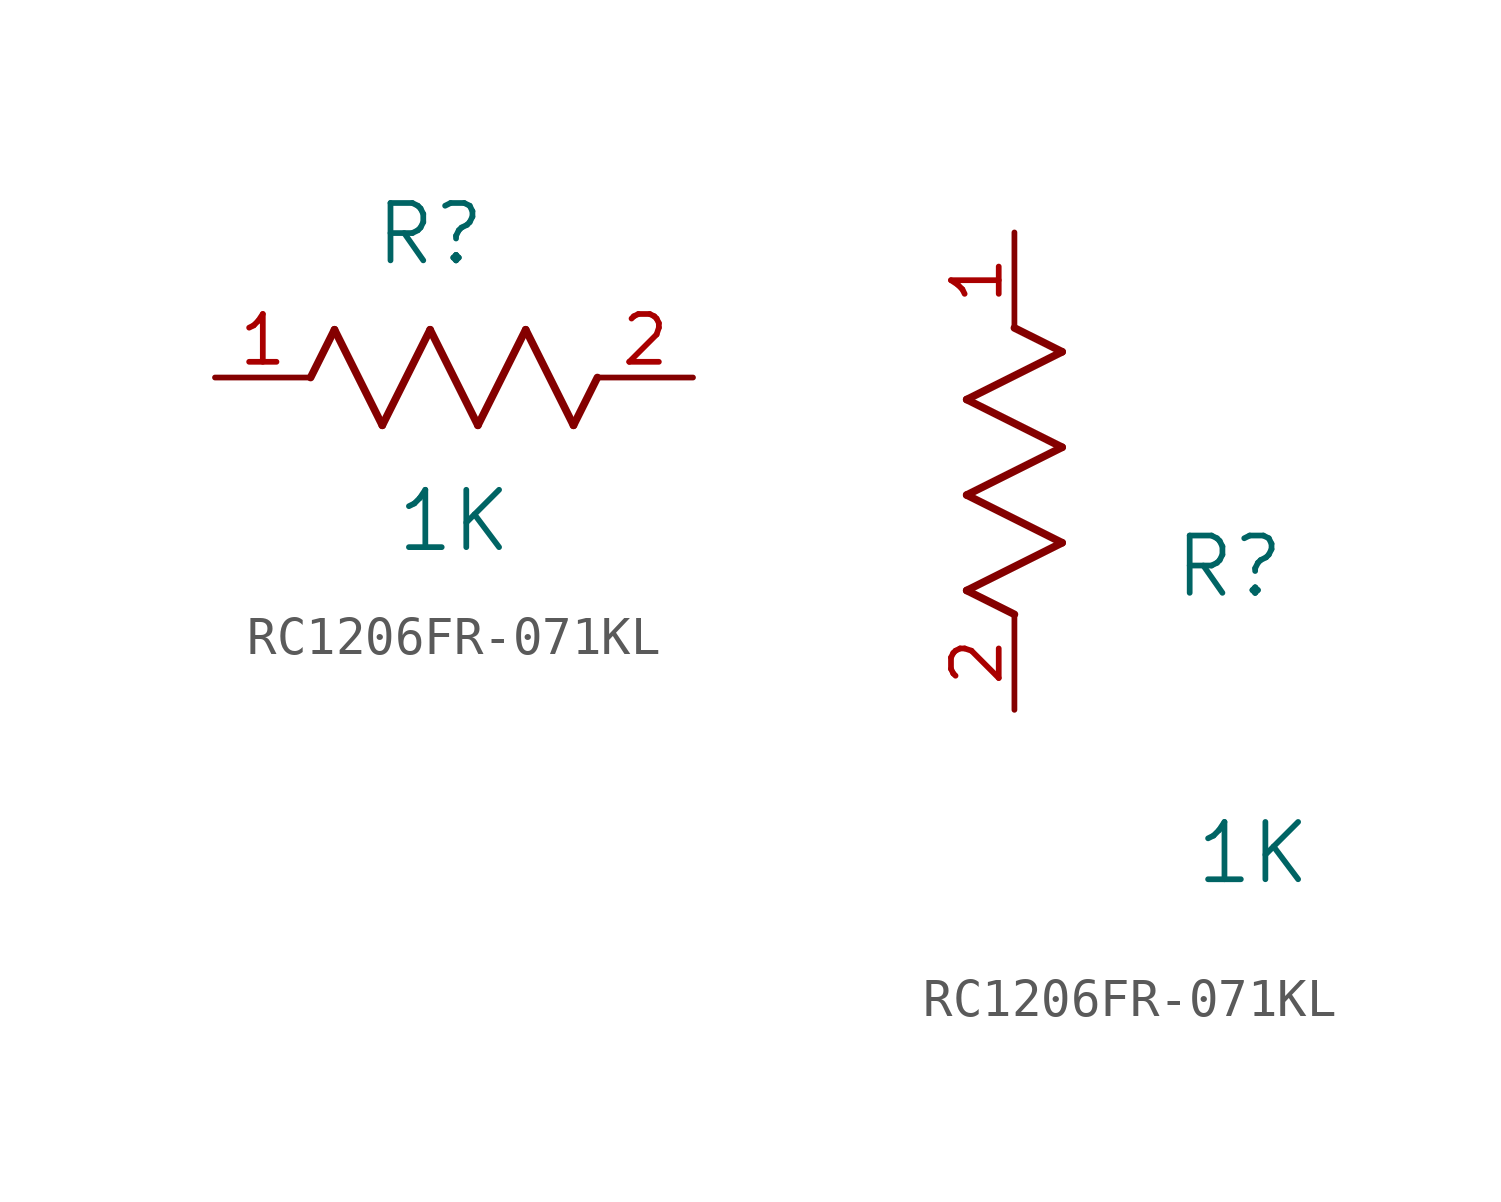
<source format=kicad_sym>
(kicad_symbol_lib
  (version 20231120)
  (generator "kicad_symbol_editor")
  (generator_version "8.0")
  (symbol "RC1206FR-071KL"
    (pin_names
      (offset 0.254))
    (property "Reference" "R"
      (at 5.715 3.81 0)
      (effects (font (size 1.524 1.524))))
    (property "Value" "1K"
      (at 6.35 -3.81 0)
      (effects (font (size 1.524 1.524))))
    (symbol "RC1206FR-071KL_1_1"
      (polyline (pts (xy 2.54 0) (xy 3.175 1.27)) (stroke (width 0.203) (type default)) (fill (type none)))
      (polyline (pts (xy 3.175 1.27) (xy 4.445 -1.27)) (stroke (width 0.203) (type default)) (fill (type none)))
      (polyline (pts (xy 4.445 -1.27) (xy 5.715 1.27)) (stroke (width 0.203) (type default)) (fill (type none)))
      (polyline (pts (xy 5.715 1.27) (xy 6.985 -1.27)) (stroke (width 0.203) (type default)) (fill (type none)))
      (polyline (pts (xy 6.985 -1.27) (xy 8.255 1.27)) (stroke (width 0.203) (type default)) (fill (type none)))
      (polyline (pts (xy 8.255 1.27) (xy 9.525 -1.27)) (stroke (width 0.203) (type default)) (fill (type none)))
      (polyline (pts (xy 9.525 -1.27) (xy 10.16 0)) (stroke (width 0.203) (type default)) (fill (type none)))
      (pin unspecified line (at 0 0 0) (length 2.54) (name "" (effects (font (size 1.27 1.27)))) (number "1" (effects (font (size 1.27 1.27)))))
      (pin unspecified line (at 12.7 0 180) (length 2.54) (name "" (effects (font (size 1.27 1.27)))) (number "2" (effects (font (size 1.27 1.27))))))
    (symbol "RC1206FR-071KL_1_2"
      (polyline (pts (xy -1.27 3.175) (xy 1.27 4.445)) (stroke (width 0.203) (type default)) (fill (type none)))
      (polyline (pts (xy -1.27 5.715) (xy 1.27 6.985)) (stroke (width 0.203) (type default)) (fill (type none)))
      (polyline (pts (xy -1.27 8.255) (xy 1.27 9.525)) (stroke (width 0.203) (type default)) (fill (type none)))
      (polyline (pts (xy 0 2.54) (xy -1.27 3.175)) (stroke (width 0.203) (type default)) (fill (type none)))
      (polyline (pts (xy 1.27 4.445) (xy -1.27 5.715)) (stroke (width 0.203) (type default)) (fill (type none)))
      (polyline (pts (xy 1.27 6.985) (xy -1.27 8.255)) (stroke (width 0.203) (type default)) (fill (type none)))
      (polyline (pts (xy 1.27 9.525) (xy 0 10.16)) (stroke (width 0.203) (type default)) (fill (type none)))
      (pin unspecified line (at 0 12.7 270) (length 2.54) (name "" (effects (font (size 1.27 1.27)))) (number "1" (effects (font (size 1.27 1.27)))))
      (pin unspecified line (at 0 0 90) (length 2.54) (name "" (effects (font (size 1.27 1.27)))) (number "2" (effects (font (size 1.27 1.27))))))))
</source>
